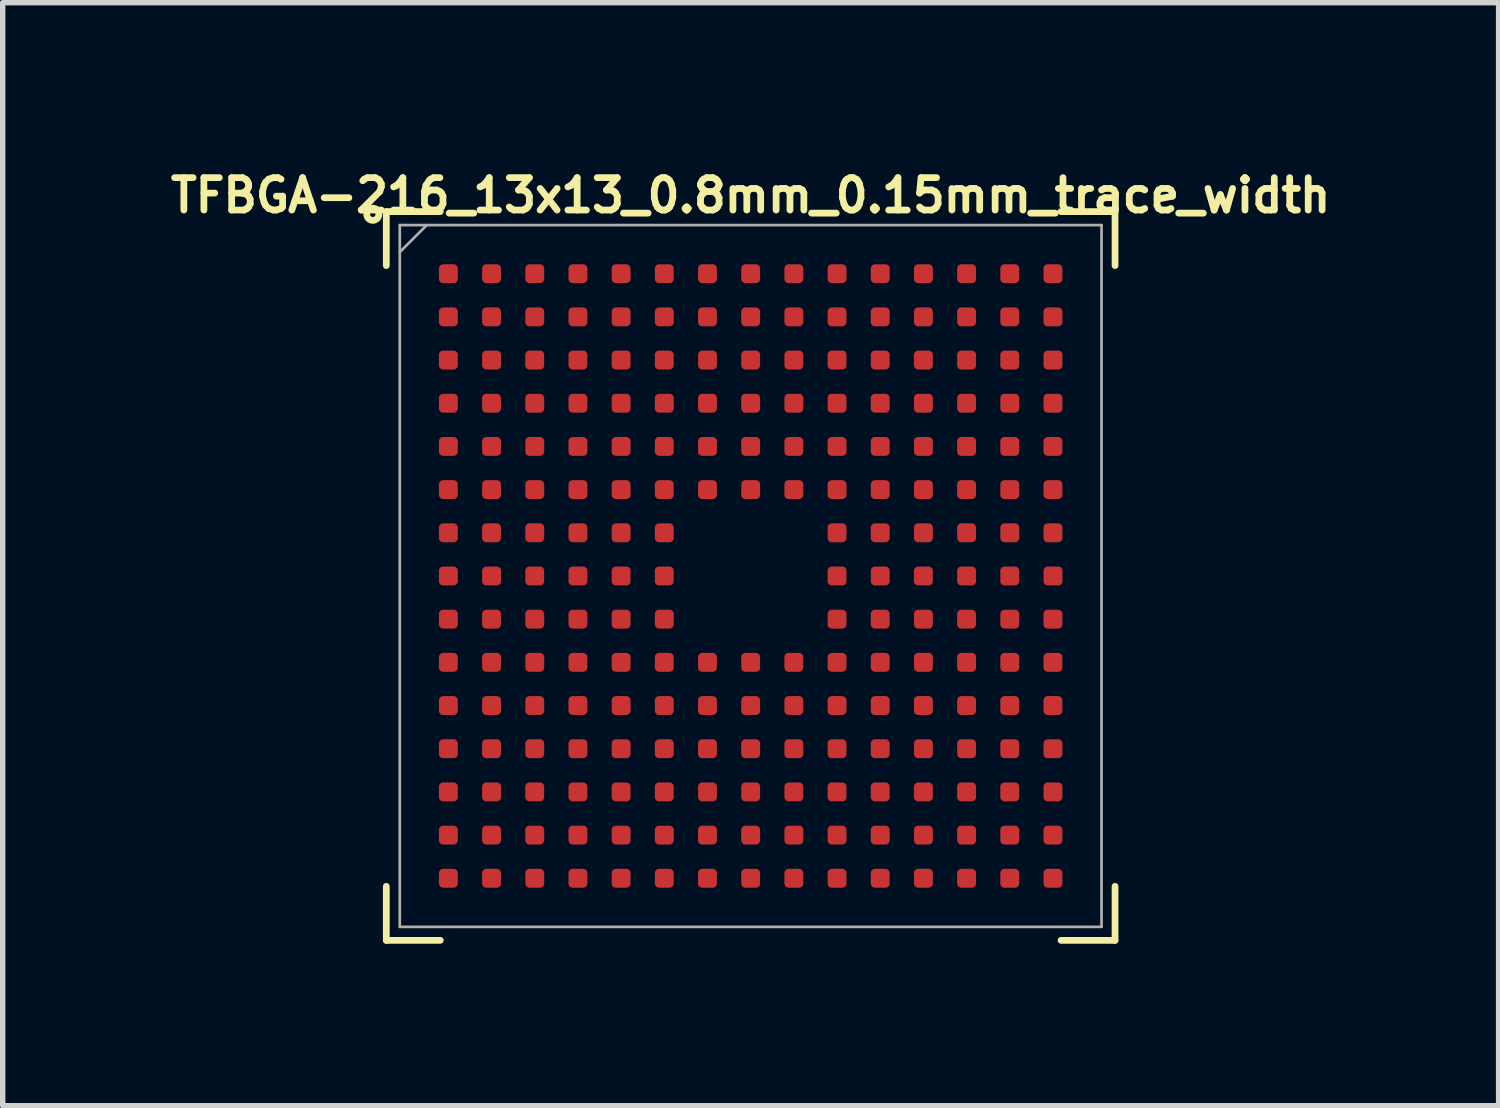
<source format=kicad_pcb>
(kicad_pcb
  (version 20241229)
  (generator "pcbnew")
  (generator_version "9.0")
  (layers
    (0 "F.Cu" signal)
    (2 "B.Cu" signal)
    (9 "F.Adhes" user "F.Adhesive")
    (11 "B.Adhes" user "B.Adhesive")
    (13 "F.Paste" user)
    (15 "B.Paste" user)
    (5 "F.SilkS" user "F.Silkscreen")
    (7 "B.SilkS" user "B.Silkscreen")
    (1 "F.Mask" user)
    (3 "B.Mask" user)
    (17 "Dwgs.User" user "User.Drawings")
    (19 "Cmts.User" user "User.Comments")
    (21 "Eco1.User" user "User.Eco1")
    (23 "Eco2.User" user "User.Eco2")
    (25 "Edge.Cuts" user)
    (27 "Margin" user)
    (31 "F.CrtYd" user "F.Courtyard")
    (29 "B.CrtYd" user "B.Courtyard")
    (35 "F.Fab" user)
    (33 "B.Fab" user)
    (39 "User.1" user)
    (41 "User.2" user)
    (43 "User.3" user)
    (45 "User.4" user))
  (footprint "TFBGA-216_13x13_0.8mm_0.15mm_trace_width"
    (layer "F.Cu")
    (at 10.856 7.62)
    (property "Reference" "TFBGA-216_13x13_0.8mm_0.15mm_trace_width" (at 0 -7.05 0) (layer "F.SilkS") (effects (font (size 0.6 0.6) (thickness 0.125))))
    (attr smd)
    (fp_line (start -6.75 -6.75) (end -6.75 -5.75) (stroke (width 0.125) (type solid)) (layer "F.SilkS"))
    (fp_line (start -6.75 -6.75) (end -5.75 -6.75) (stroke (width 0.125) (type solid)) (layer "F.SilkS"))
    (fp_line (start -6.75 6.75) (end -6.75 5.75) (stroke (width 0.125) (type solid)) (layer "F.SilkS"))
    (fp_line (start -6.75 6.75) (end -5.75 6.75) (stroke (width 0.125) (type solid)) (layer "F.SilkS"))
    (fp_line (start 6.75 -6.75) (end 5.75 -6.75) (stroke (width 0.125) (type solid)) (layer "F.SilkS"))
    (fp_line (start 6.75 -6.75) (end 6.75 -5.75) (stroke (width 0.125) (type solid)) (layer "F.SilkS"))
    (fp_line (start 6.75 6.75) (end 5.75 6.75) (stroke (width 0.125) (type solid)) (layer "F.SilkS"))
    (fp_line (start 6.75 6.75) (end 6.75 5.75) (stroke (width 0.125) (type solid)) (layer "F.SilkS"))
    (fp_circle (center -7 -6.7) (end -7 -6.75) (stroke (width 0.125) (type solid)) (fill no) (layer "F.SilkS"))
    (fp_line (start -6.5 -6.5) (end 6.5 -6.5) (stroke (width 0.05) (type solid)) (layer "F.Fab"))
    (fp_line (start -6.5 6.5) (end -6.5 -6.5) (stroke (width 0.05) (type solid)) (layer "F.Fab"))
    (fp_line (start -6 -6.5) (end -6.5 -6) (stroke (width 0.05) (type solid)) (layer "F.Fab"))
    (fp_line (start 6.5 -6.5) (end 6.5 6.5) (stroke (width 0.05) (type solid)) (layer "F.Fab"))
    (fp_line (start 6.5 6.5) (end -6.5 6.5) (stroke (width 0.05) (type solid)) (layer "F.Fab"))
    (pad "A1" smd roundrect (at -5.6 -5.6) (size 0.35 0.35) (layers "F.Cu" "F.Mask" "F.Paste") (roundrect_rratio 0.22))
    (pad "A2" smd roundrect (at -4.8 -5.6) (size 0.35 0.35) (layers "F.Cu" "F.Mask" "F.Paste") (roundrect_rratio 0.22))
    (pad "A3" smd roundrect (at -4 -5.6) (size 0.35 0.35) (layers "F.Cu" "F.Mask" "F.Paste") (roundrect_rratio 0.22))
    (pad "A4" smd roundrect (at -3.2 -5.6) (size 0.35 0.35) (layers "F.Cu" "F.Mask" "F.Paste") (roundrect_rratio 0.22))
    (pad "A5" smd roundrect (at -2.4 -5.6) (size 0.35 0.35) (layers "F.Cu" "F.Mask" "F.Paste") (roundrect_rratio 0.22))
    (pad "A6" smd roundrect (at -1.6 -5.6) (size 0.35 0.35) (layers "F.Cu" "F.Mask" "F.Paste") (roundrect_rratio 0.22))
    (pad "A7" smd roundrect (at -0.8 -5.6) (size 0.35 0.35) (layers "F.Cu" "F.Mask" "F.Paste") (roundrect_rratio 0.22))
    (pad "A8" smd roundrect (at 0 -5.6) (size 0.35 0.35) (layers "F.Cu" "F.Mask" "F.Paste") (roundrect_rratio 0.22))
    (pad "A9" smd roundrect (at 0.8 -5.6) (size 0.35 0.35) (layers "F.Cu" "F.Mask" "F.Paste") (roundrect_rratio 0.22))
    (pad "A10" smd roundrect (at 1.6 -5.6) (size 0.35 0.35) (layers "F.Cu" "F.Mask" "F.Paste") (roundrect_rratio 0.22))
    (pad "A11" smd roundrect (at 2.4 -5.6) (size 0.35 0.35) (layers "F.Cu" "F.Mask" "F.Paste") (roundrect_rratio 0.22))
    (pad "A12" smd roundrect (at 3.2 -5.6) (size 0.35 0.35) (layers "F.Cu" "F.Mask" "F.Paste") (roundrect_rratio 0.22))
    (pad "A13" smd roundrect (at 4 -5.6) (size 0.35 0.35) (layers "F.Cu" "F.Mask" "F.Paste") (roundrect_rratio 0.22))
    (pad "A14" smd roundrect (at 4.8 -5.6) (size 0.35 0.35) (layers "F.Cu" "F.Mask" "F.Paste") (roundrect_rratio 0.22))
    (pad "A15" smd roundrect (at 5.6 -5.6) (size 0.35 0.35) (layers "F.Cu" "F.Mask" "F.Paste") (roundrect_rratio 0.22))
    (pad "B1" smd roundrect (at -5.6 -4.8) (size 0.35 0.35) (layers "F.Cu" "F.Mask" "F.Paste") (roundrect_rratio 0.22))
    (pad "B2" smd roundrect (at -4.8 -4.8) (size 0.35 0.35) (layers "F.Cu" "F.Mask" "F.Paste") (roundrect_rratio 0.22))
    (pad "B3" smd roundrect (at -4 -4.8) (size 0.35 0.35) (layers "F.Cu" "F.Mask" "F.Paste") (roundrect_rratio 0.22))
    (pad "B4" smd roundrect (at -3.2 -4.8) (size 0.35 0.35) (layers "F.Cu" "F.Mask" "F.Paste") (roundrect_rratio 0.22))
    (pad "B5" smd roundrect (at -2.4 -4.8) (size 0.35 0.35) (layers "F.Cu" "F.Mask" "F.Paste") (roundrect_rratio 0.22))
    (pad "B6" smd roundrect (at -1.6 -4.8) (size 0.35 0.35) (layers "F.Cu" "F.Mask" "F.Paste") (roundrect_rratio 0.22))
    (pad "B7" smd roundrect (at -0.8 -4.8) (size 0.35 0.35) (layers "F.Cu" "F.Mask" "F.Paste") (roundrect_rratio 0.22))
    (pad "B8" smd roundrect (at 0 -4.8) (size 0.35 0.35) (layers "F.Cu" "F.Mask" "F.Paste") (roundrect_rratio 0.22))
    (pad "B9" smd roundrect (at 0.8 -4.8) (size 0.35 0.35) (layers "F.Cu" "F.Mask" "F.Paste") (roundrect_rratio 0.22))
    (pad "B10" smd roundrect (at 1.6 -4.8) (size 0.35 0.35) (layers "F.Cu" "F.Mask" "F.Paste") (roundrect_rratio 0.22))
    (pad "B11" smd roundrect (at 2.4 -4.8) (size 0.35 0.35) (layers "F.Cu" "F.Mask" "F.Paste") (roundrect_rratio 0.22))
    (pad "B12" smd roundrect (at 3.2 -4.8) (size 0.35 0.35) (layers "F.Cu" "F.Mask" "F.Paste") (roundrect_rratio 0.22))
    (pad "B13" smd roundrect (at 4 -4.8) (size 0.35 0.35) (layers "F.Cu" "F.Mask" "F.Paste") (roundrect_rratio 0.22))
    (pad "B14" smd roundrect (at 4.8 -4.8) (size 0.35 0.35) (layers "F.Cu" "F.Mask" "F.Paste") (roundrect_rratio 0.22))
    (pad "B15" smd roundrect (at 5.6 -4.8) (size 0.35 0.35) (layers "F.Cu" "F.Mask" "F.Paste") (roundrect_rratio 0.22))
    (pad "C1" smd roundrect (at -5.6 -4) (size 0.35 0.35) (layers "F.Cu" "F.Mask" "F.Paste") (roundrect_rratio 0.22))
    (pad "C2" smd roundrect (at -4.8 -4) (size 0.35 0.35) (layers "F.Cu" "F.Mask" "F.Paste") (roundrect_rratio 0.22))
    (pad "C3" smd roundrect (at -4 -4) (size 0.35 0.35) (layers "F.Cu" "F.Mask" "F.Paste") (roundrect_rratio 0.22))
    (pad "C4" smd roundrect (at -3.2 -4) (size 0.35 0.35) (layers "F.Cu" "F.Mask" "F.Paste") (roundrect_rratio 0.22))
    (pad "C5" smd roundrect (at -2.4 -4) (size 0.35 0.35) (layers "F.Cu" "F.Mask" "F.Paste") (roundrect_rratio 0.22))
    (pad "C6" smd roundrect (at -1.6 -4) (size 0.35 0.35) (layers "F.Cu" "F.Mask" "F.Paste") (roundrect_rratio 0.22))
    (pad "C7" smd roundrect (at -0.8 -4) (size 0.35 0.35) (layers "F.Cu" "F.Mask" "F.Paste") (roundrect_rratio 0.22))
    (pad "C8" smd roundrect (at 0 -4) (size 0.35 0.35) (layers "F.Cu" "F.Mask" "F.Paste") (roundrect_rratio 0.22))
    (pad "C9" smd roundrect (at 0.8 -4) (size 0.35 0.35) (layers "F.Cu" "F.Mask" "F.Paste") (roundrect_rratio 0.22))
    (pad "C10" smd roundrect (at 1.6 -4) (size 0.35 0.35) (layers "F.Cu" "F.Mask" "F.Paste") (roundrect_rratio 0.22))
    (pad "C11" smd roundrect (at 2.4 -4) (size 0.35 0.35) (layers "F.Cu" "F.Mask" "F.Paste") (roundrect_rratio 0.22))
    (pad "C12" smd roundrect (at 3.2 -4) (size 0.35 0.35) (layers "F.Cu" "F.Mask" "F.Paste") (roundrect_rratio 0.22))
    (pad "C13" smd roundrect (at 4 -4) (size 0.35 0.35) (layers "F.Cu" "F.Mask" "F.Paste") (roundrect_rratio 0.22))
    (pad "C14" smd roundrect (at 4.8 -4) (size 0.35 0.35) (layers "F.Cu" "F.Mask" "F.Paste") (roundrect_rratio 0.22))
    (pad "C15" smd roundrect (at 5.6 -4) (size 0.35 0.35) (layers "F.Cu" "F.Mask" "F.Paste") (roundrect_rratio 0.22))
    (pad "D1" smd roundrect (at -5.6 -3.2) (size 0.35 0.35) (layers "F.Cu" "F.Mask" "F.Paste") (roundrect_rratio 0.22))
    (pad "D2" smd roundrect (at -4.8 -3.2) (size 0.35 0.35) (layers "F.Cu" "F.Mask" "F.Paste") (roundrect_rratio 0.22))
    (pad "D3" smd roundrect (at -4 -3.2) (size 0.35 0.35) (layers "F.Cu" "F.Mask" "F.Paste") (roundrect_rratio 0.22))
    (pad "D4" smd roundrect (at -3.2 -3.2) (size 0.35 0.35) (layers "F.Cu" "F.Mask" "F.Paste") (roundrect_rratio 0.22))
    (pad "D5" smd roundrect (at -2.4 -3.2) (size 0.35 0.35) (layers "F.Cu" "F.Mask" "F.Paste") (roundrect_rratio 0.22))
    (pad "D6" smd roundrect (at -1.6 -3.2) (size 0.35 0.35) (layers "F.Cu" "F.Mask" "F.Paste") (roundrect_rratio 0.22))
    (pad "D7" smd roundrect (at -0.8 -3.2) (size 0.35 0.35) (layers "F.Cu" "F.Mask" "F.Paste") (roundrect_rratio 0.22))
    (pad "D8" smd roundrect (at 0 -3.2) (size 0.35 0.35) (layers "F.Cu" "F.Mask" "F.Paste") (roundrect_rratio 0.22))
    (pad "D9" smd roundrect (at 0.8 -3.2) (size 0.35 0.35) (layers "F.Cu" "F.Mask" "F.Paste") (roundrect_rratio 0.22))
    (pad "D10" smd roundrect (at 1.6 -3.2) (size 0.35 0.35) (layers "F.Cu" "F.Mask" "F.Paste") (roundrect_rratio 0.22))
    (pad "D11" smd roundrect (at 2.4 -3.2) (size 0.35 0.35) (layers "F.Cu" "F.Mask" "F.Paste") (roundrect_rratio 0.22))
    (pad "D12" smd roundrect (at 3.2 -3.2) (size 0.35 0.35) (layers "F.Cu" "F.Mask" "F.Paste") (roundrect_rratio 0.22))
    (pad "D13" smd roundrect (at 4 -3.2) (size 0.35 0.35) (layers "F.Cu" "F.Mask" "F.Paste") (roundrect_rratio 0.22))
    (pad "D14" smd roundrect (at 4.8 -3.2) (size 0.35 0.35) (layers "F.Cu" "F.Mask" "F.Paste") (roundrect_rratio 0.22))
    (pad "D15" smd roundrect (at 5.6 -3.2) (size 0.35 0.35) (layers "F.Cu" "F.Mask" "F.Paste") (roundrect_rratio 0.22))
    (pad "E1" smd roundrect (at -5.6 -2.4) (size 0.35 0.35) (layers "F.Cu" "F.Mask" "F.Paste") (roundrect_rratio 0.22))
    (pad "E2" smd roundrect (at -4.8 -2.4) (size 0.35 0.35) (layers "F.Cu" "F.Mask" "F.Paste") (roundrect_rratio 0.22))
    (pad "E3" smd roundrect (at -4 -2.4) (size 0.35 0.35) (layers "F.Cu" "F.Mask" "F.Paste") (roundrect_rratio 0.22))
    (pad "E4" smd roundrect (at -3.2 -2.4) (size 0.35 0.35) (layers "F.Cu" "F.Mask" "F.Paste") (roundrect_rratio 0.22))
    (pad "E5" smd roundrect (at -2.4 -2.4) (size 0.35 0.35) (layers "F.Cu" "F.Mask" "F.Paste") (roundrect_rratio 0.22))
    (pad "E6" smd roundrect (at -1.6 -2.4) (size 0.35 0.35) (layers "F.Cu" "F.Mask" "F.Paste") (roundrect_rratio 0.22))
    (pad "E7" smd roundrect (at -0.8 -2.4) (size 0.35 0.35) (layers "F.Cu" "F.Mask" "F.Paste") (roundrect_rratio 0.22))
    (pad "E8" smd roundrect (at 0 -2.4) (size 0.35 0.35) (layers "F.Cu" "F.Mask" "F.Paste") (roundrect_rratio 0.22))
    (pad "E9" smd roundrect (at 0.8 -2.4) (size 0.35 0.35) (layers "F.Cu" "F.Mask" "F.Paste") (roundrect_rratio 0.22))
    (pad "E10" smd roundrect (at 1.6 -2.4) (size 0.35 0.35) (layers "F.Cu" "F.Mask" "F.Paste") (roundrect_rratio 0.22))
    (pad "E11" smd roundrect (at 2.4 -2.4) (size 0.35 0.35) (layers "F.Cu" "F.Mask" "F.Paste") (roundrect_rratio 0.22))
    (pad "E12" smd roundrect (at 3.2 -2.4) (size 0.35 0.35) (layers "F.Cu" "F.Mask" "F.Paste") (roundrect_rratio 0.22))
    (pad "E13" smd roundrect (at 4 -2.4) (size 0.35 0.35) (layers "F.Cu" "F.Mask" "F.Paste") (roundrect_rratio 0.22))
    (pad "E14" smd roundrect (at 4.8 -2.4) (size 0.35 0.35) (layers "F.Cu" "F.Mask" "F.Paste") (roundrect_rratio 0.22))
    (pad "E15" smd roundrect (at 5.6 -2.4) (size 0.35 0.35) (layers "F.Cu" "F.Mask" "F.Paste") (roundrect_rratio 0.22))
    (pad "F1" smd roundrect (at -5.6 -1.6) (size 0.35 0.35) (layers "F.Cu" "F.Mask" "F.Paste") (roundrect_rratio 0.22))
    (pad "F2" smd roundrect (at -4.8 -1.6) (size 0.35 0.35) (layers "F.Cu" "F.Mask" "F.Paste") (roundrect_rratio 0.22))
    (pad "F3" smd roundrect (at -4 -1.6) (size 0.35 0.35) (layers "F.Cu" "F.Mask" "F.Paste") (roundrect_rratio 0.22))
    (pad "F4" smd roundrect (at -3.2 -1.6) (size 0.35 0.35) (layers "F.Cu" "F.Mask" "F.Paste") (roundrect_rratio 0.22))
    (pad "F5" smd roundrect (at -2.4 -1.6) (size 0.35 0.35) (layers "F.Cu" "F.Mask" "F.Paste") (roundrect_rratio 0.22))
    (pad "F6" smd roundrect (at -1.6 -1.6) (size 0.35 0.35) (layers "F.Cu" "F.Mask" "F.Paste") (roundrect_rratio 0.22))
    (pad "F7" smd roundrect (at -0.8 -1.6) (size 0.35 0.35) (layers "F.Cu" "F.Mask" "F.Paste") (roundrect_rratio 0.22))
    (pad "F8" smd roundrect (at 0 -1.6) (size 0.35 0.35) (layers "F.Cu" "F.Mask" "F.Paste") (roundrect_rratio 0.22))
    (pad "F9" smd roundrect (at 0.8 -1.6) (size 0.35 0.35) (layers "F.Cu" "F.Mask" "F.Paste") (roundrect_rratio 0.22))
    (pad "F10" smd roundrect (at 1.6 -1.6) (size 0.35 0.35) (layers "F.Cu" "F.Mask" "F.Paste") (roundrect_rratio 0.22))
    (pad "F11" smd roundrect (at 2.4 -1.6) (size 0.35 0.35) (layers "F.Cu" "F.Mask" "F.Paste") (roundrect_rratio 0.22))
    (pad "F12" smd roundrect (at 3.2 -1.6) (size 0.35 0.35) (layers "F.Cu" "F.Mask" "F.Paste") (roundrect_rratio 0.22))
    (pad "F13" smd roundrect (at 4 -1.6) (size 0.35 0.35) (layers "F.Cu" "F.Mask" "F.Paste") (roundrect_rratio 0.22))
    (pad "F14" smd roundrect (at 4.8 -1.6) (size 0.35 0.35) (layers "F.Cu" "F.Mask" "F.Paste") (roundrect_rratio 0.22))
    (pad "F15" smd roundrect (at 5.6 -1.6) (size 0.35 0.35) (layers "F.Cu" "F.Mask" "F.Paste") (roundrect_rratio 0.22))
    (pad "G1" smd roundrect (at -5.6 -0.8) (size 0.35 0.35) (layers "F.Cu" "F.Mask" "F.Paste") (roundrect_rratio 0.22))
    (pad "G2" smd roundrect (at -4.8 -0.8) (size 0.35 0.35) (layers "F.Cu" "F.Mask" "F.Paste") (roundrect_rratio 0.22))
    (pad "G3" smd roundrect (at -4 -0.8) (size 0.35 0.35) (layers "F.Cu" "F.Mask" "F.Paste") (roundrect_rratio 0.22))
    (pad "G4" smd roundrect (at -3.2 -0.8) (size 0.35 0.35) (layers "F.Cu" "F.Mask" "F.Paste") (roundrect_rratio 0.22))
    (pad "G5" smd roundrect (at -2.4 -0.8) (size 0.35 0.35) (layers "F.Cu" "F.Mask" "F.Paste") (roundrect_rratio 0.22))
    (pad "G6" smd roundrect (at -1.6 -0.8) (size 0.35 0.35) (layers "F.Cu" "F.Mask" "F.Paste") (roundrect_rratio 0.22))
    (pad "G10" smd roundrect (at 1.6 -0.8) (size 0.35 0.35) (layers "F.Cu" "F.Mask" "F.Paste") (roundrect_rratio 0.22))
    (pad "G11" smd roundrect (at 2.4 -0.8) (size 0.35 0.35) (layers "F.Cu" "F.Mask" "F.Paste") (roundrect_rratio 0.22))
    (pad "G12" smd roundrect (at 3.2 -0.8) (size 0.35 0.35) (layers "F.Cu" "F.Mask" "F.Paste") (roundrect_rratio 0.22))
    (pad "G13" smd roundrect (at 4 -0.8) (size 0.35 0.35) (layers "F.Cu" "F.Mask" "F.Paste") (roundrect_rratio 0.22))
    (pad "G14" smd roundrect (at 4.8 -0.8) (size 0.35 0.35) (layers "F.Cu" "F.Mask" "F.Paste") (roundrect_rratio 0.22))
    (pad "G15" smd roundrect (at 5.6 -0.8) (size 0.35 0.35) (layers "F.Cu" "F.Mask" "F.Paste") (roundrect_rratio 0.22))
    (pad "H1" smd roundrect (at -5.6 0) (size 0.35 0.35) (layers "F.Cu" "F.Mask" "F.Paste") (roundrect_rratio 0.22))
    (pad "H2" smd roundrect (at -4.8 0) (size 0.35 0.35) (layers "F.Cu" "F.Mask" "F.Paste") (roundrect_rratio 0.22))
    (pad "H3" smd roundrect (at -4 0) (size 0.35 0.35) (layers "F.Cu" "F.Mask" "F.Paste") (roundrect_rratio 0.22))
    (pad "H4" smd roundrect (at -3.2 0) (size 0.35 0.35) (layers "F.Cu" "F.Mask" "F.Paste") (roundrect_rratio 0.22))
    (pad "H5" smd roundrect (at -2.4 0) (size 0.35 0.35) (layers "F.Cu" "F.Mask" "F.Paste") (roundrect_rratio 0.22))
    (pad "H6" smd roundrect (at -1.6 0) (size 0.35 0.35) (layers "F.Cu" "F.Mask" "F.Paste") (roundrect_rratio 0.22))
    (pad "H10" smd roundrect (at 1.6 0) (size 0.35 0.35) (layers "F.Cu" "F.Mask" "F.Paste") (roundrect_rratio 0.22))
    (pad "H11" smd roundrect (at 2.4 0) (size 0.35 0.35) (layers "F.Cu" "F.Mask" "F.Paste") (roundrect_rratio 0.22))
    (pad "H12" smd roundrect (at 3.2 0) (size 0.35 0.35) (layers "F.Cu" "F.Mask" "F.Paste") (roundrect_rratio 0.22))
    (pad "H13" smd roundrect (at 4 0) (size 0.35 0.35) (layers "F.Cu" "F.Mask" "F.Paste") (roundrect_rratio 0.22))
    (pad "H14" smd roundrect (at 4.8 0) (size 0.35 0.35) (layers "F.Cu" "F.Mask" "F.Paste") (roundrect_rratio 0.22))
    (pad "H15" smd roundrect (at 5.6 0) (size 0.35 0.35) (layers "F.Cu" "F.Mask" "F.Paste") (roundrect_rratio 0.22))
    (pad "J1" smd roundrect (at -5.6 0.8) (size 0.35 0.35) (layers "F.Cu" "F.Mask" "F.Paste") (roundrect_rratio 0.22))
    (pad "J2" smd roundrect (at -4.8 0.8) (size 0.35 0.35) (layers "F.Cu" "F.Mask" "F.Paste") (roundrect_rratio 0.22))
    (pad "J3" smd roundrect (at -4 0.8) (size 0.35 0.35) (layers "F.Cu" "F.Mask" "F.Paste") (roundrect_rratio 0.22))
    (pad "J4" smd roundrect (at -3.2 0.8) (size 0.35 0.35) (layers "F.Cu" "F.Mask" "F.Paste") (roundrect_rratio 0.22))
    (pad "J5" smd roundrect (at -2.4 0.8) (size 0.35 0.35) (layers "F.Cu" "F.Mask" "F.Paste") (roundrect_rratio 0.22))
    (pad "J6" smd roundrect (at -1.6 0.8) (size 0.35 0.35) (layers "F.Cu" "F.Mask" "F.Paste") (roundrect_rratio 0.22))
    (pad "J10" smd roundrect (at 1.6 0.8) (size 0.35 0.35) (layers "F.Cu" "F.Mask" "F.Paste") (roundrect_rratio 0.22))
    (pad "J11" smd roundrect (at 2.4 0.8) (size 0.35 0.35) (layers "F.Cu" "F.Mask" "F.Paste") (roundrect_rratio 0.22))
    (pad "J12" smd roundrect (at 3.2 0.8) (size 0.35 0.35) (layers "F.Cu" "F.Mask" "F.Paste") (roundrect_rratio 0.22))
    (pad "J13" smd roundrect (at 4 0.8) (size 0.35 0.35) (layers "F.Cu" "F.Mask" "F.Paste") (roundrect_rratio 0.22))
    (pad "J14" smd roundrect (at 4.8 0.8) (size 0.35 0.35) (layers "F.Cu" "F.Mask" "F.Paste") (roundrect_rratio 0.22))
    (pad "J15" smd roundrect (at 5.6 0.8) (size 0.35 0.35) (layers "F.Cu" "F.Mask" "F.Paste") (roundrect_rratio 0.22))
    (pad "K1" smd roundrect (at -5.6 1.6) (size 0.35 0.35) (layers "F.Cu" "F.Mask" "F.Paste") (roundrect_rratio 0.22))
    (pad "K2" smd roundrect (at -4.8 1.6) (size 0.35 0.35) (layers "F.Cu" "F.Mask" "F.Paste") (roundrect_rratio 0.22))
    (pad "K3" smd roundrect (at -4 1.6) (size 0.35 0.35) (layers "F.Cu" "F.Mask" "F.Paste") (roundrect_rratio 0.22))
    (pad "K4" smd roundrect (at -3.2 1.6) (size 0.35 0.35) (layers "F.Cu" "F.Mask" "F.Paste") (roundrect_rratio 0.22))
    (pad "K5" smd roundrect (at -2.4 1.6) (size 0.35 0.35) (layers "F.Cu" "F.Mask" "F.Paste") (roundrect_rratio 0.22))
    (pad "K6" smd roundrect (at -1.6 1.6) (size 0.35 0.35) (layers "F.Cu" "F.Mask" "F.Paste") (roundrect_rratio 0.22))
    (pad "K7" smd roundrect (at -0.8 1.6) (size 0.35 0.35) (layers "F.Cu" "F.Mask" "F.Paste") (roundrect_rratio 0.22))
    (pad "K8" smd roundrect (at 0 1.6) (size 0.35 0.35) (layers "F.Cu" "F.Mask" "F.Paste") (roundrect_rratio 0.22))
    (pad "K9" smd roundrect (at 0.8 1.6) (size 0.35 0.35) (layers "F.Cu" "F.Mask" "F.Paste") (roundrect_rratio 0.22))
    (pad "K10" smd roundrect (at 1.6 1.6) (size 0.35 0.35) (layers "F.Cu" "F.Mask" "F.Paste") (roundrect_rratio 0.22))
    (pad "K11" smd roundrect (at 2.4 1.6) (size 0.35 0.35) (layers "F.Cu" "F.Mask" "F.Paste") (roundrect_rratio 0.22))
    (pad "K12" smd roundrect (at 3.2 1.6) (size 0.35 0.35) (layers "F.Cu" "F.Mask" "F.Paste") (roundrect_rratio 0.22))
    (pad "K13" smd roundrect (at 4 1.6) (size 0.35 0.35) (layers "F.Cu" "F.Mask" "F.Paste") (roundrect_rratio 0.22))
    (pad "K14" smd roundrect (at 4.8 1.6) (size 0.35 0.35) (layers "F.Cu" "F.Mask" "F.Paste") (roundrect_rratio 0.22))
    (pad "K15" smd roundrect (at 5.6 1.6) (size 0.35 0.35) (layers "F.Cu" "F.Mask" "F.Paste") (roundrect_rratio 0.22))
    (pad "L1" smd roundrect (at -5.6 2.4) (size 0.35 0.35) (layers "F.Cu" "F.Mask" "F.Paste") (roundrect_rratio 0.22))
    (pad "L2" smd roundrect (at -4.8 2.4) (size 0.35 0.35) (layers "F.Cu" "F.Mask" "F.Paste") (roundrect_rratio 0.22))
    (pad "L3" smd roundrect (at -4 2.4) (size 0.35 0.35) (layers "F.Cu" "F.Mask" "F.Paste") (roundrect_rratio 0.22))
    (pad "L4" smd roundrect (at -3.2 2.4) (size 0.35 0.35) (layers "F.Cu" "F.Mask" "F.Paste") (roundrect_rratio 0.22))
    (pad "L5" smd roundrect (at -2.4 2.4) (size 0.35 0.35) (layers "F.Cu" "F.Mask" "F.Paste") (roundrect_rratio 0.22))
    (pad "L6" smd roundrect (at -1.6 2.4) (size 0.35 0.35) (layers "F.Cu" "F.Mask" "F.Paste") (roundrect_rratio 0.22))
    (pad "L7" smd roundrect (at -0.8 2.4) (size 0.35 0.35) (layers "F.Cu" "F.Mask" "F.Paste") (roundrect_rratio 0.22))
    (pad "L8" smd roundrect (at 0 2.4) (size 0.35 0.35) (layers "F.Cu" "F.Mask" "F.Paste") (roundrect_rratio 0.22))
    (pad "L9" smd roundrect (at 0.8 2.4) (size 0.35 0.35) (layers "F.Cu" "F.Mask" "F.Paste") (roundrect_rratio 0.22))
    (pad "L10" smd roundrect (at 1.6 2.4) (size 0.35 0.35) (layers "F.Cu" "F.Mask" "F.Paste") (roundrect_rratio 0.22))
    (pad "L11" smd roundrect (at 2.4 2.4) (size 0.35 0.35) (layers "F.Cu" "F.Mask" "F.Paste") (roundrect_rratio 0.22))
    (pad "L12" smd roundrect (at 3.2 2.4) (size 0.35 0.35) (layers "F.Cu" "F.Mask" "F.Paste") (roundrect_rratio 0.22))
    (pad "L13" smd roundrect (at 4 2.4) (size 0.35 0.35) (layers "F.Cu" "F.Mask" "F.Paste") (roundrect_rratio 0.22))
    (pad "L14" smd roundrect (at 4.8 2.4) (size 0.35 0.35) (layers "F.Cu" "F.Mask" "F.Paste") (roundrect_rratio 0.22))
    (pad "L15" smd roundrect (at 5.6 2.4) (size 0.35 0.35) (layers "F.Cu" "F.Mask" "F.Paste") (roundrect_rratio 0.22))
    (pad "M1" smd roundrect (at -5.6 3.2) (size 0.35 0.35) (layers "F.Cu" "F.Mask" "F.Paste") (roundrect_rratio 0.22))
    (pad "M2" smd roundrect (at -4.8 3.2) (size 0.35 0.35) (layers "F.Cu" "F.Mask" "F.Paste") (roundrect_rratio 0.22))
    (pad "M3" smd roundrect (at -4 3.2) (size 0.35 0.35) (layers "F.Cu" "F.Mask" "F.Paste") (roundrect_rratio 0.22))
    (pad "M4" smd roundrect (at -3.2 3.2) (size 0.35 0.35) (layers "F.Cu" "F.Mask" "F.Paste") (roundrect_rratio 0.22))
    (pad "M5" smd roundrect (at -2.4 3.2) (size 0.35 0.35) (layers "F.Cu" "F.Mask" "F.Paste") (roundrect_rratio 0.22))
    (pad "M6" smd roundrect (at -1.6 3.2) (size 0.35 0.35) (layers "F.Cu" "F.Mask" "F.Paste") (roundrect_rratio 0.22))
    (pad "M7" smd roundrect (at -0.8 3.2) (size 0.35 0.35) (layers "F.Cu" "F.Mask" "F.Paste") (roundrect_rratio 0.22))
    (pad "M8" smd roundrect (at 0 3.2) (size 0.35 0.35) (layers "F.Cu" "F.Mask" "F.Paste") (roundrect_rratio 0.22))
    (pad "M9" smd roundrect (at 0.8 3.2) (size 0.35 0.35) (layers "F.Cu" "F.Mask" "F.Paste") (roundrect_rratio 0.22))
    (pad "M10" smd roundrect (at 1.6 3.2) (size 0.35 0.35) (layers "F.Cu" "F.Mask" "F.Paste") (roundrect_rratio 0.22))
    (pad "M11" smd roundrect (at 2.4 3.2) (size 0.35 0.35) (layers "F.Cu" "F.Mask" "F.Paste") (roundrect_rratio 0.22))
    (pad "M12" smd roundrect (at 3.2 3.2) (size 0.35 0.35) (layers "F.Cu" "F.Mask" "F.Paste") (roundrect_rratio 0.22))
    (pad "M13" smd roundrect (at 4 3.2) (size 0.35 0.35) (layers "F.Cu" "F.Mask" "F.Paste") (roundrect_rratio 0.22))
    (pad "M14" smd roundrect (at 4.8 3.2) (size 0.35 0.35) (layers "F.Cu" "F.Mask" "F.Paste") (roundrect_rratio 0.22))
    (pad "M15" smd roundrect (at 5.6 3.2) (size 0.35 0.35) (layers "F.Cu" "F.Mask" "F.Paste") (roundrect_rratio 0.22))
    (pad "N1" smd roundrect (at -5.6 4) (size 0.35 0.35) (layers "F.Cu" "F.Mask" "F.Paste") (roundrect_rratio 0.22))
    (pad "N2" smd roundrect (at -4.8 4) (size 0.35 0.35) (layers "F.Cu" "F.Mask" "F.Paste") (roundrect_rratio 0.22))
    (pad "N3" smd roundrect (at -4 4) (size 0.35 0.35) (layers "F.Cu" "F.Mask" "F.Paste") (roundrect_rratio 0.22))
    (pad "N4" smd roundrect (at -3.2 4) (size 0.35 0.35) (layers "F.Cu" "F.Mask" "F.Paste") (roundrect_rratio 0.22))
    (pad "N5" smd roundrect (at -2.4 4) (size 0.35 0.35) (layers "F.Cu" "F.Mask" "F.Paste") (roundrect_rratio 0.22))
    (pad "N6" smd roundrect (at -1.6 4) (size 0.35 0.35) (layers "F.Cu" "F.Mask" "F.Paste") (roundrect_rratio 0.22))
    (pad "N7" smd roundrect (at -0.8 4) (size 0.35 0.35) (layers "F.Cu" "F.Mask" "F.Paste") (roundrect_rratio 0.22))
    (pad "N8" smd roundrect (at 0 4) (size 0.35 0.35) (layers "F.Cu" "F.Mask" "F.Paste") (roundrect_rratio 0.22))
    (pad "N9" smd roundrect (at 0.8 4) (size 0.35 0.35) (layers "F.Cu" "F.Mask" "F.Paste") (roundrect_rratio 0.22))
    (pad "N10" smd roundrect (at 1.6 4) (size 0.35 0.35) (layers "F.Cu" "F.Mask" "F.Paste") (roundrect_rratio 0.22))
    (pad "N11" smd roundrect (at 2.4 4) (size 0.35 0.35) (layers "F.Cu" "F.Mask" "F.Paste") (roundrect_rratio 0.22))
    (pad "N12" smd roundrect (at 3.2 4) (size 0.35 0.35) (layers "F.Cu" "F.Mask" "F.Paste") (roundrect_rratio 0.22))
    (pad "N13" smd roundrect (at 4 4) (size 0.35 0.35) (layers "F.Cu" "F.Mask" "F.Paste") (roundrect_rratio 0.22))
    (pad "N14" smd roundrect (at 4.8 4) (size 0.35 0.35) (layers "F.Cu" "F.Mask" "F.Paste") (roundrect_rratio 0.22))
    (pad "N15" smd roundrect (at 5.6 4) (size 0.35 0.35) (layers "F.Cu" "F.Mask" "F.Paste") (roundrect_rratio 0.22))
    (pad "P1" smd roundrect (at -5.6 4.8) (size 0.35 0.35) (layers "F.Cu" "F.Mask" "F.Paste") (roundrect_rratio 0.22))
    (pad "P2" smd roundrect (at -4.8 4.8) (size 0.35 0.35) (layers "F.Cu" "F.Mask" "F.Paste") (roundrect_rratio 0.22))
    (pad "P3" smd roundrect (at -4 4.8) (size 0.35 0.35) (layers "F.Cu" "F.Mask" "F.Paste") (roundrect_rratio 0.22))
    (pad "P4" smd roundrect (at -3.2 4.8) (size 0.35 0.35) (layers "F.Cu" "F.Mask" "F.Paste") (roundrect_rratio 0.22))
    (pad "P5" smd roundrect (at -2.4 4.8) (size 0.35 0.35) (layers "F.Cu" "F.Mask" "F.Paste") (roundrect_rratio 0.22))
    (pad "P6" smd roundrect (at -1.6 4.8) (size 0.35 0.35) (layers "F.Cu" "F.Mask" "F.Paste") (roundrect_rratio 0.22))
    (pad "P7" smd roundrect (at -0.8 4.8) (size 0.35 0.35) (layers "F.Cu" "F.Mask" "F.Paste") (roundrect_rratio 0.22))
    (pad "P8" smd roundrect (at 0 4.8) (size 0.35 0.35) (layers "F.Cu" "F.Mask" "F.Paste") (roundrect_rratio 0.22))
    (pad "P9" smd roundrect (at 0.8 4.8) (size 0.35 0.35) (layers "F.Cu" "F.Mask" "F.Paste") (roundrect_rratio 0.22))
    (pad "P10" smd roundrect (at 1.6 4.8) (size 0.35 0.35) (layers "F.Cu" "F.Mask" "F.Paste") (roundrect_rratio 0.22))
    (pad "P11" smd roundrect (at 2.4 4.8) (size 0.35 0.35) (layers "F.Cu" "F.Mask" "F.Paste") (roundrect_rratio 0.22))
    (pad "P12" smd roundrect (at 3.2 4.8) (size 0.35 0.35) (layers "F.Cu" "F.Mask" "F.Paste") (roundrect_rratio 0.22))
    (pad "P13" smd roundrect (at 4 4.8) (size 0.35 0.35) (layers "F.Cu" "F.Mask" "F.Paste") (roundrect_rratio 0.22))
    (pad "P14" smd roundrect (at 4.8 4.8) (size 0.35 0.35) (layers "F.Cu" "F.Mask" "F.Paste") (roundrect_rratio 0.22))
    (pad "P15" smd roundrect (at 5.6 4.8) (size 0.35 0.35) (layers "F.Cu" "F.Mask" "F.Paste") (roundrect_rratio 0.22))
    (pad "R1" smd roundrect (at -5.6 5.6) (size 0.35 0.35) (layers "F.Cu" "F.Mask" "F.Paste") (roundrect_rratio 0.22))
    (pad "R2" smd roundrect (at -4.8 5.6) (size 0.35 0.35) (layers "F.Cu" "F.Mask" "F.Paste") (roundrect_rratio 0.22))
    (pad "R3" smd roundrect (at -4 5.6) (size 0.35 0.35) (layers "F.Cu" "F.Mask" "F.Paste") (roundrect_rratio 0.22))
    (pad "R4" smd roundrect (at -3.2 5.6) (size 0.35 0.35) (layers "F.Cu" "F.Mask" "F.Paste") (roundrect_rratio 0.22))
    (pad "R5" smd roundrect (at -2.4 5.6) (size 0.35 0.35) (layers "F.Cu" "F.Mask" "F.Paste") (roundrect_rratio 0.22))
    (pad "R6" smd roundrect (at -1.6 5.6) (size 0.35 0.35) (layers "F.Cu" "F.Mask" "F.Paste") (roundrect_rratio 0.22))
    (pad "R7" smd roundrect (at -0.8 5.6) (size 0.35 0.35) (layers "F.Cu" "F.Mask" "F.Paste") (roundrect_rratio 0.22))
    (pad "R8" smd roundrect (at 0 5.6) (size 0.35 0.35) (layers "F.Cu" "F.Mask" "F.Paste") (roundrect_rratio 0.22))
    (pad "R9" smd roundrect (at 0.8 5.6) (size 0.35 0.35) (layers "F.Cu" "F.Mask" "F.Paste") (roundrect_rratio 0.22))
    (pad "R10" smd roundrect (at 1.6 5.6) (size 0.35 0.35) (layers "F.Cu" "F.Mask" "F.Paste") (roundrect_rratio 0.22))
    (pad "R11" smd roundrect (at 2.4 5.6) (size 0.35 0.35) (layers "F.Cu" "F.Mask" "F.Paste") (roundrect_rratio 0.22))
    (pad "R12" smd roundrect (at 3.2 5.6) (size 0.35 0.35) (layers "F.Cu" "F.Mask" "F.Paste") (roundrect_rratio 0.22))
    (pad "R13" smd roundrect (at 4 5.6) (size 0.35 0.35) (layers "F.Cu" "F.Mask" "F.Paste") (roundrect_rratio 0.22))
    (pad "R14" smd roundrect (at 4.8 5.6) (size 0.35 0.35) (layers "F.Cu" "F.Mask" "F.Paste") (roundrect_rratio 0.22))
    (pad "R15" smd roundrect (at 5.6 5.6) (size 0.35 0.35) (layers "F.Cu" "F.Mask" "F.Paste") (roundrect_rratio 0.22)))
  (gr_rect
    (start -3 -3)
    (end 24.712 17.433)
    (stroke (width 0.1) (type default))
    (fill no)
    (layer "Edge.Cuts")))
</source>
